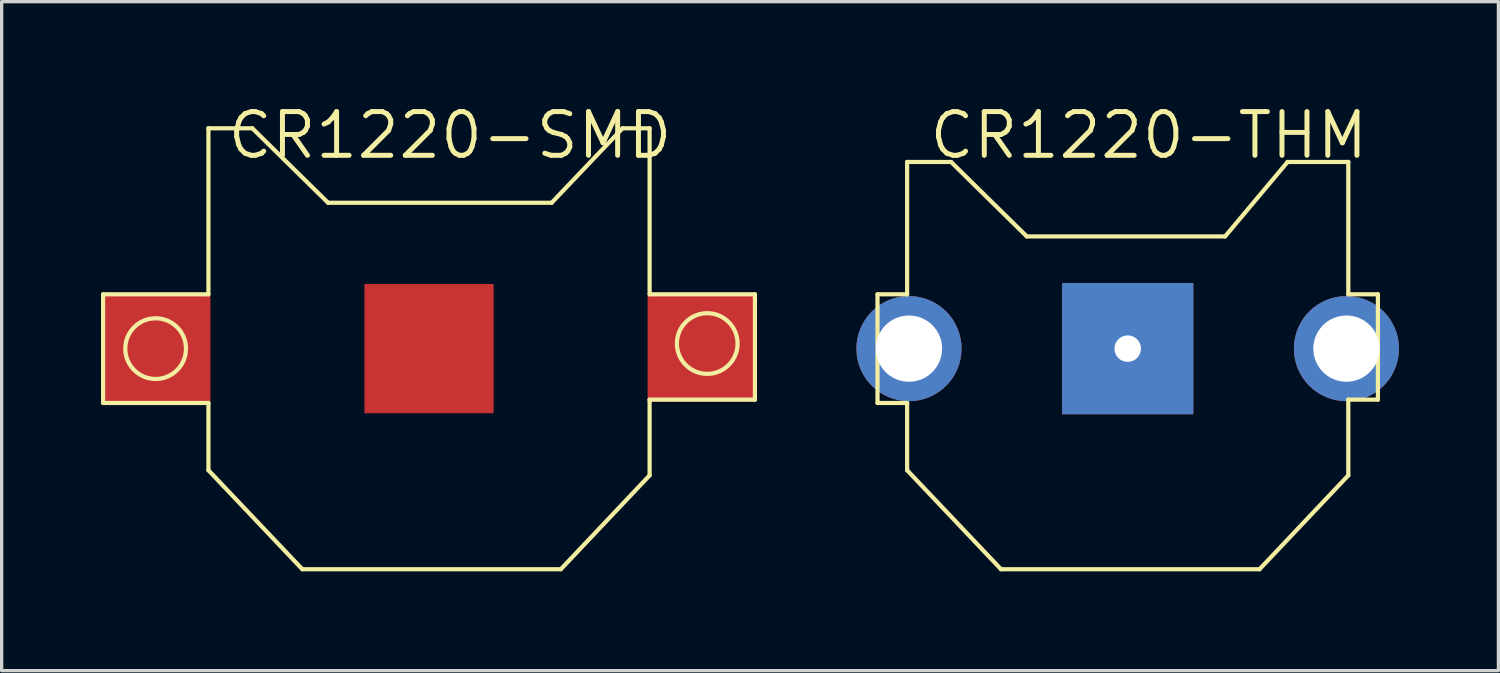
<source format=kicad_pcb>
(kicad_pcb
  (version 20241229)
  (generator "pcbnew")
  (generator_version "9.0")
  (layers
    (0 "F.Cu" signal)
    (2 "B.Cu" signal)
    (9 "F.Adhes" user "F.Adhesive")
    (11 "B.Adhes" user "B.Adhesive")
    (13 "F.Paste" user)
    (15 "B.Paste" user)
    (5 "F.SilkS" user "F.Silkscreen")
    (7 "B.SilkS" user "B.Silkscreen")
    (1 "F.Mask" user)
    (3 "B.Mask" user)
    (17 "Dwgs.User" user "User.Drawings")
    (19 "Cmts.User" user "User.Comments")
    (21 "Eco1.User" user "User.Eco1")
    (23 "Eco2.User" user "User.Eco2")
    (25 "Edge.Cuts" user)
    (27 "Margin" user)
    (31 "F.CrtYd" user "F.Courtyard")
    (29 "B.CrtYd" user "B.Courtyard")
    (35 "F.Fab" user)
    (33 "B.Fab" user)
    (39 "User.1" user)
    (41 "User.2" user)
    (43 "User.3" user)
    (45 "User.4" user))
  (footprint "CR1220-THM"
    (layer "F.Cu")
    (at 30.998 7.476)
    (property "Reference" "CR1220-THM" (at 0.635 -6.44 0) (layer "F.SilkS") (effects (font (size 1.32 1.32) (thickness 0.15))))
    (attr through_hole)
    (fp_line (start -7.554 -1.64) (end -7.554 1.64) (stroke (width 0.127) (type solid)) (layer "F.SilkS"))
    (fp_line (start -7.554 1.64) (end -6.66 1.64) (stroke (width 0.127) (type solid)) (layer "F.SilkS"))
    (fp_line (start -6.66 -5.636) (end -6.66 -1.64) (stroke (width 0.127) (type solid)) (layer "F.SilkS"))
    (fp_line (start -6.66 -1.64) (end -7.554 -1.64) (stroke (width 0.127) (type solid)) (layer "F.SilkS"))
    (fp_line (start -6.66 1.64) (end -6.66 3.672) (stroke (width 0.127) (type solid)) (layer "F.SilkS"))
    (fp_line (start -6.66 3.672) (end -3.826 6.66) (stroke (width 0.127) (type solid)) (layer "F.SilkS"))
    (fp_line (start -5.334 -5.636) (end -6.66 -5.636) (stroke (width 0.127) (type solid)) (layer "F.SilkS"))
    (fp_line (start -3.826 6.66) (end 3.98 6.66) (stroke (width 0.127) (type solid)) (layer "F.SilkS"))
    (fp_line (start -3.048 -3.388) (end -5.334 -5.636) (stroke (width 0.127) (type solid)) (layer "F.SilkS"))
    (fp_line (start 2.94 -3.388) (end -3.048 -3.388) (stroke (width 0.127) (type solid)) (layer "F.SilkS"))
    (fp_line (start 3.98 6.66) (end 6.66 3.826) (stroke (width 0.127) (type solid)) (layer "F.SilkS"))
    (fp_line (start 4.826 -5.636) (end 2.94 -3.388) (stroke (width 0.127) (type solid)) (layer "F.SilkS"))
    (fp_line (start 6.66 -5.636) (end 4.826 -5.636) (stroke (width 0.127) (type solid)) (layer "F.SilkS"))
    (fp_line (start 6.66 -1.64) (end 6.66 -5.636) (stroke (width 0.127) (type solid)) (layer "F.SilkS"))
    (fp_line (start 6.66 1.54) (end 7.554 1.54) (stroke (width 0.127) (type solid)) (layer "F.SilkS"))
    (fp_line (start 6.66 3.826) (end 6.66 1.54) (stroke (width 0.127) (type solid)) (layer "F.SilkS"))
    (fp_line (start 7.554 -1.64) (end 6.66 -1.64) (stroke (width 0.127) (type solid)) (layer "F.SilkS"))
    (fp_line (start 7.554 1.54) (end 7.554 -1.64) (stroke (width 0.127) (type solid)) (layer "F.SilkS"))
    (pad "+1" thru_hole circle (at -6.604 0) (size 3.175 3.175) (drill 2) (layers "*.Cu" "*.Mask"))
    (pad "+2" thru_hole circle (at 6.604 0) (size 3.175 3.175) (drill 2) (layers "*.Cu" "*.Mask"))
    (pad "-" thru_hole rect (at 0 0) (size 3.962 3.962) (drill 0.8) (layers "*.Cu" "*.Mask")))
  (footprint "CR1220-SMD"
    (layer "F.Cu")
    (at 9.903 7.476)
    (property "Reference" "CR1220-SMD" (at 0.635 -6.44 0) (layer "F.SilkS") (effects (font (size 1.32 1.32) (thickness 0.15))))
    (attr smd)
    (fp_line (start -9.84 -1.64) (end -9.84 1.64) (stroke (width 0.127) (type solid)) (layer "F.SilkS"))
    (fp_line (start -9.84 1.64) (end -6.66 1.64) (stroke (width 0.127) (type solid)) (layer "F.SilkS"))
    (fp_line (start -6.66 -6.652) (end -6.66 -1.64) (stroke (width 0.127) (type solid)) (layer "F.SilkS"))
    (fp_line (start -6.66 -1.64) (end -9.84 -1.64) (stroke (width 0.127) (type solid)) (layer "F.SilkS"))
    (fp_line (start -6.66 1.64) (end -6.66 3.672) (stroke (width 0.127) (type solid)) (layer "F.SilkS"))
    (fp_line (start -6.66 3.672) (end -3.826 6.66) (stroke (width 0.127) (type solid)) (layer "F.SilkS"))
    (fp_line (start -5.334 -6.652) (end -6.66 -6.652) (stroke (width 0.127) (type solid)) (layer "F.SilkS"))
    (fp_line (start -3.826 6.66) (end 3.98 6.66) (stroke (width 0.127) (type solid)) (layer "F.SilkS"))
    (fp_line (start -3.048 -4.404) (end -5.334 -6.652) (stroke (width 0.127) (type solid)) (layer "F.SilkS"))
    (fp_line (start 3.702 -4.404) (end -3.048 -4.404) (stroke (width 0.127) (type solid)) (layer "F.SilkS"))
    (fp_line (start 3.98 6.66) (end 6.66 3.826) (stroke (width 0.127) (type solid)) (layer "F.SilkS"))
    (fp_line (start 5.842 -6.652) (end 3.702 -4.404) (stroke (width 0.127) (type solid)) (layer "F.SilkS"))
    (fp_line (start 6.66 -6.652) (end 5.842 -6.652) (stroke (width 0.127) (type solid)) (layer "F.SilkS"))
    (fp_line (start 6.66 -1.64) (end 6.66 -6.652) (stroke (width 0.127) (type solid)) (layer "F.SilkS"))
    (fp_line (start 6.66 1.54) (end 9.84 1.54) (stroke (width 0.127) (type solid)) (layer "F.SilkS"))
    (fp_line (start 6.66 3.826) (end 6.66 1.54) (stroke (width 0.127) (type solid)) (layer "F.SilkS"))
    (fp_line (start 9.84 -1.64) (end 6.66 -1.64) (stroke (width 0.127) (type solid)) (layer "F.SilkS"))
    (fp_line (start 9.84 1.54) (end 9.84 -1.64) (stroke (width 0.127) (type solid)) (layer "F.SilkS"))
    (fp_circle (center -8.254 0) (end -7.338 0) (stroke (width 0.127) (type solid)) (fill no) (layer "F.SilkS"))
    (fp_circle (center 8.4 -0.154) (end 9.316 -0.154) (stroke (width 0.127) (type solid)) (fill no) (layer "F.SilkS"))
    (pad "+$1" smd rect (at -8.2 0) (size 3.2 3.2) (layers "F.Cu" "F.Mask" "F.Paste"))
    (pad "+$2" smd rect (at 8.2 0) (size 3.2 3.2) (layers "F.Cu" "F.Mask" "F.Paste"))
    (pad "-" smd rect (at 0 0) (size 3.9 3.9) (layers "F.Cu" "F.Mask" "F.Paste")))
  (gr_rect
    (start -3 -3)
    (end 42.19 17.199)
    (stroke (width 0.1) (type default))
    (fill no)
    (layer "Edge.Cuts")))
</source>
